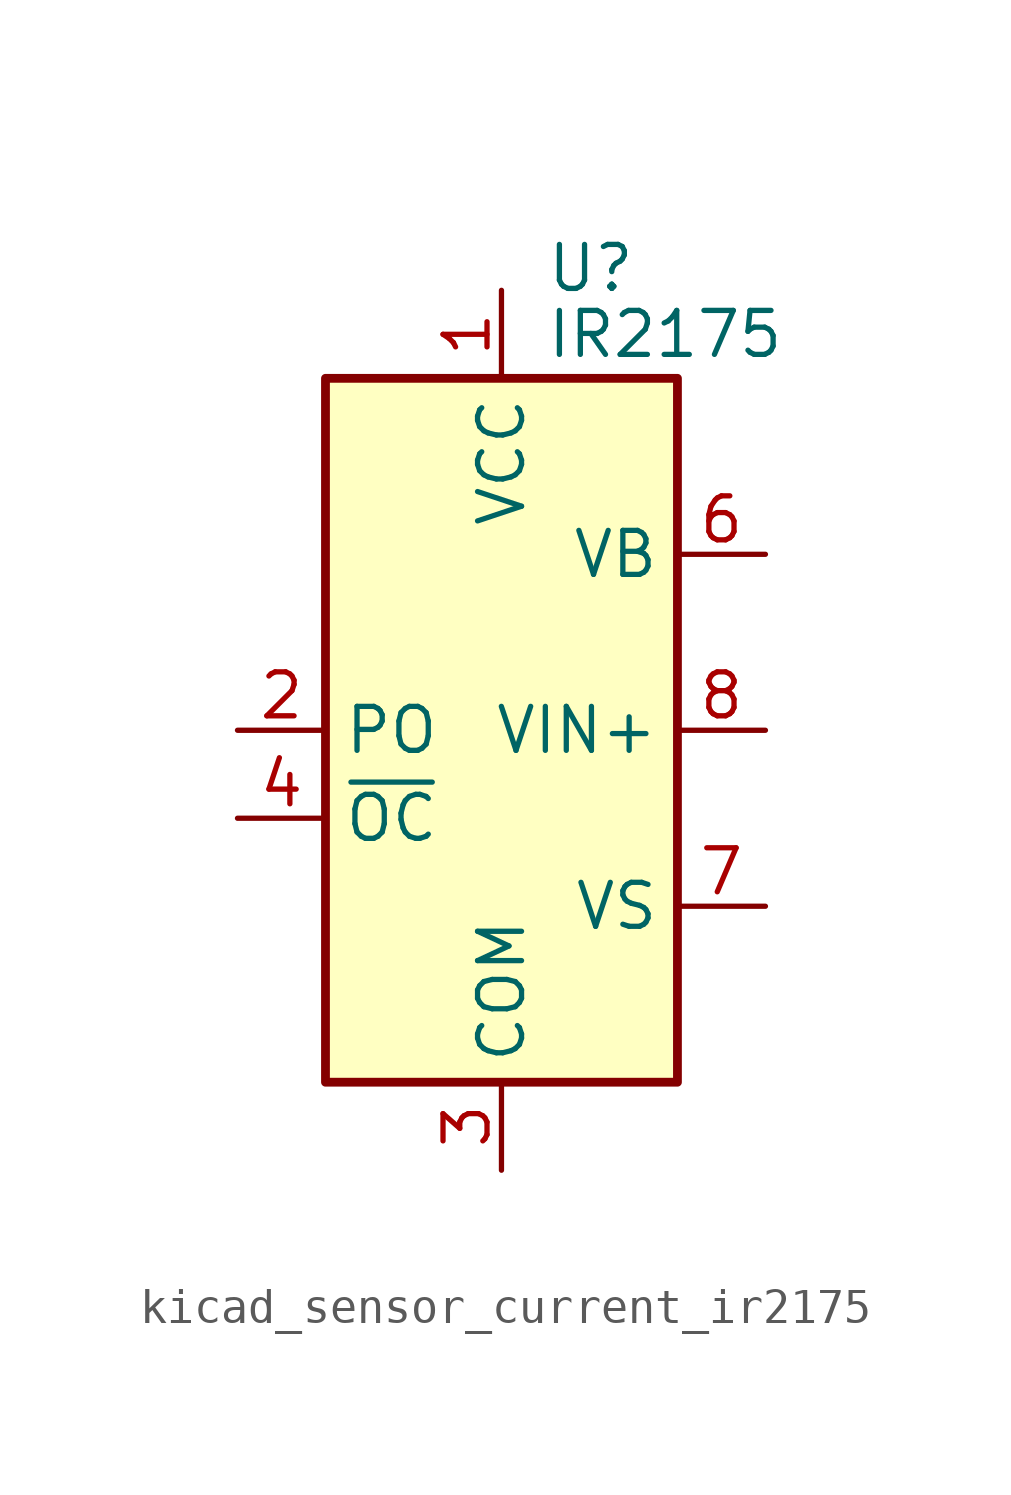
<source format=kicad_sym>
(kicad_symbol_lib
  (version 20220914)
  (generator kicad_symbol_editor)
  (symbol "kicad_sensor_current_ir2175"
    (property "Reference" "U"
      (at 1.27 13.335 0)
      (effects (font (size 1.27 1.27)) (justify left)))
    (property "Value" "IR2175"
      (at 1.27 11.43 0)
      (effects (font (size 1.27 1.27)) (justify left)))
    (symbol "kicad_sensor_current_ir2175_0_1"
      (rectangle (start -5.08 -10.16) (end 5.08 10.16) (stroke (width 0.254) (type default)) (fill (type background))))
    (symbol "kicad_sensor_current_ir2175_1_1"
      (pin power_in line (at 0 12.7 270) (length 2.54) (name "VCC" (effects (font (size 1.27 1.27)))) (number "1" (effects (font (size 1.27 1.27)))))
      (pin output line (at -7.62 0 0) (length 2.54) (name "PO" (effects (font (size 1.27 1.27)))) (number "2" (effects (font (size 1.27 1.27)))))
      (pin power_in line (at 0 -12.7 90) (length 2.54) (name "COM" (effects (font (size 1.27 1.27)))) (number "3" (effects (font (size 1.27 1.27)))))
      (pin output line (at -7.62 -2.54 0) (length 2.54) (name "~{OC}" (effects (font (size 1.27 1.27)))) (number "4" (effects (font (size 1.27 1.27)))))
      (pin no_connect line (at -5.08 2.54 0) (length 2.54) hide (name "NC" (effects (font (size 1.27 1.27)))) (number "5" (effects (font (size 1.27 1.27)))))
      (pin passive line (at 7.62 5.08 180) (length 2.54) (name "VB" (effects (font (size 1.27 1.27)))) (number "6" (effects (font (size 1.27 1.27)))))
      (pin passive line (at 7.62 -5.08 180) (length 2.54) (name "VS" (effects (font (size 1.27 1.27)))) (number "7" (effects (font (size 1.27 1.27)))))
      (pin passive line (at 7.62 0 180) (length 2.54) (name "VIN+" (effects (font (size 1.27 1.27)))) (number "8" (effects (font (size 1.27 1.27))))))))
</source>
